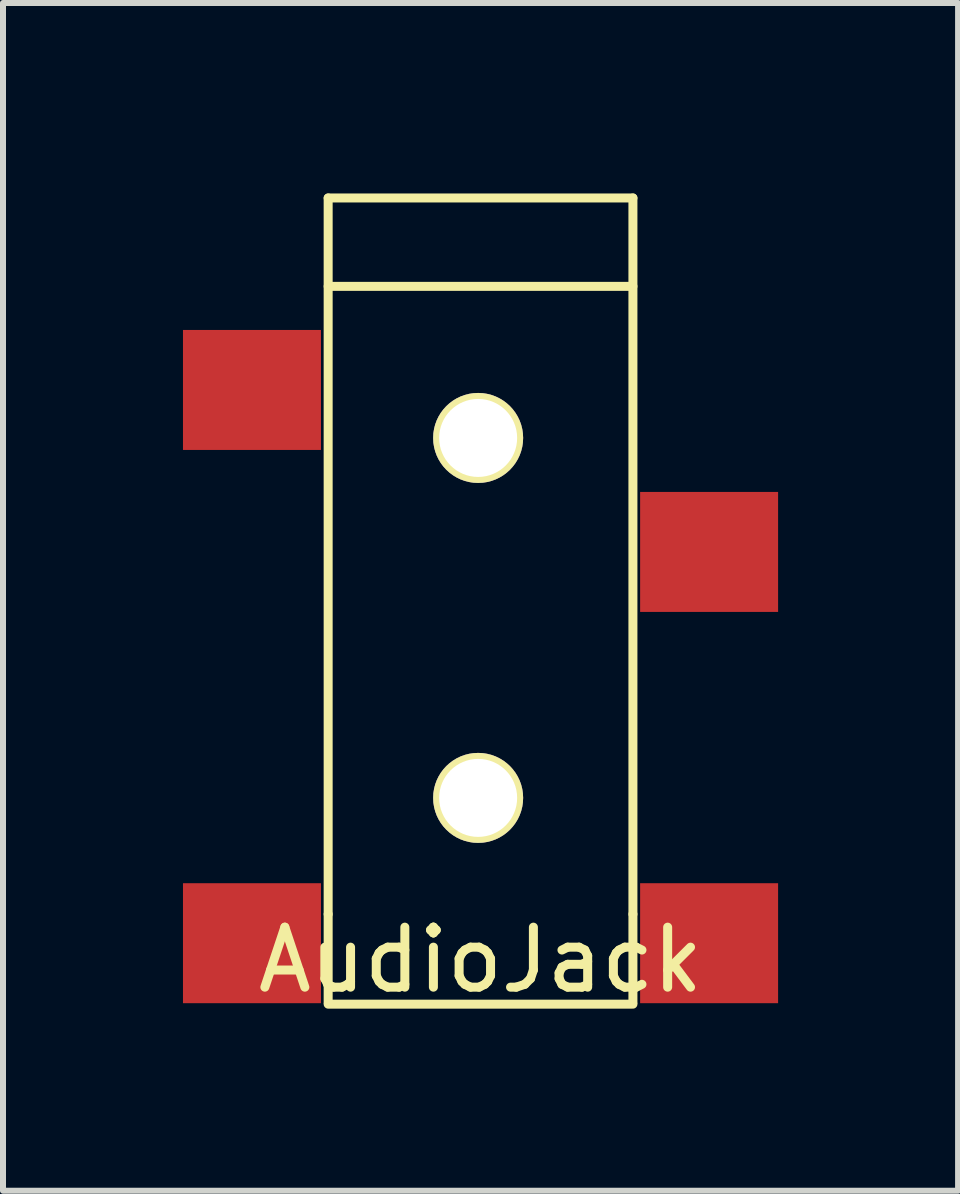
<source format=kicad_pcb>
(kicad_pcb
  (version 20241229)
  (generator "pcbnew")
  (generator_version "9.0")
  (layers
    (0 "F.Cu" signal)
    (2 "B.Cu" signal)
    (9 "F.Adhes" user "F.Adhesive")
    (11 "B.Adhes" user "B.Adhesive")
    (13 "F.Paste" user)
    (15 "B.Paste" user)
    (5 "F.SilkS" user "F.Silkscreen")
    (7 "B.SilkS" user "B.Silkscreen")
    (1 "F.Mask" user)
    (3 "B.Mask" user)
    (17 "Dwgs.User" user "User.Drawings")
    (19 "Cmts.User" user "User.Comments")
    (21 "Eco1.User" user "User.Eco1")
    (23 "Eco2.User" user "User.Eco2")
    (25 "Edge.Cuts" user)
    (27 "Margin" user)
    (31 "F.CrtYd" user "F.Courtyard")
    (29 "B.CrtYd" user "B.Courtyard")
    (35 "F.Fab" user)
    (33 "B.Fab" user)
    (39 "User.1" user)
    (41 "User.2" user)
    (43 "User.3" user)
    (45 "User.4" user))
  (footprint "AudioJack"
    (layer "F.Cu")
    (at 2.42 0.25)
    (property "Reference" "AudioJack" (at 2.54 12.7 0) (layer "F.SilkS") (effects (font (size 1 1) (thickness 0.15))))
    (attr through_hole)
    (fp_line (start 0 0) (end 0 11.938) (stroke (width 0.15) (type solid)) (layer "F.SilkS"))
    (fp_line (start 0 0) (end 5.08 0) (stroke (width 0.15) (type solid)) (layer "F.SilkS"))
    (fp_line (start 0 1.473) (end 5.08 1.473) (stroke (width 0.15) (type solid)) (layer "F.SilkS"))
    (fp_line (start 0 11.938) (end 0 13.411) (stroke (width 0.15) (type solid)) (layer "F.SilkS"))
    (fp_line (start 0 13.438) (end 5.08 13.438) (stroke (width 0.15) (type solid)) (layer "F.SilkS"))
    (fp_line (start 5.08 11.938) (end 5.08 0) (stroke (width 0.15) (type solid)) (layer "F.SilkS"))
    (fp_line (start 5.08 11.938) (end 5.08 13.411) (stroke (width 0.15) (type solid)) (layer "F.SilkS"))
    (pad "" np_thru_hole circle (at 2.5 4) (size 1.5 1.5) (drill 1.3) (layers "*.Cu" "*.Mask" "F.SilkS"))
    (pad "" np_thru_hole circle (at 2.5 10) (size 1.5 1.5) (drill 1.3) (layers "*.Cu" "*.Mask" "F.SilkS"))
    (pad "1" smd rect (at -1.27 3.2) (size 2.3 2) (layers "F.Cu" "F.Mask" "F.Paste"))
    (pad "2" smd rect (at -1.27 12.422) (size 2.3 2) (layers "F.Cu" "F.Mask" "F.Paste"))
    (pad "3" smd rect (at 6.35 5.9) (size 2.3 2) (layers "F.Cu" "F.Mask" "F.Paste"))
    (pad "4" smd rect (at 6.35 12.422) (size 2.3 2) (layers "F.Cu" "F.Mask" "F.Paste")))
  (gr_rect
    (start -3 -3)
    (end 12.92 16.798)
    (stroke (width 0.1) (type default))
    (fill no)
    (layer "Edge.Cuts")))
</source>
